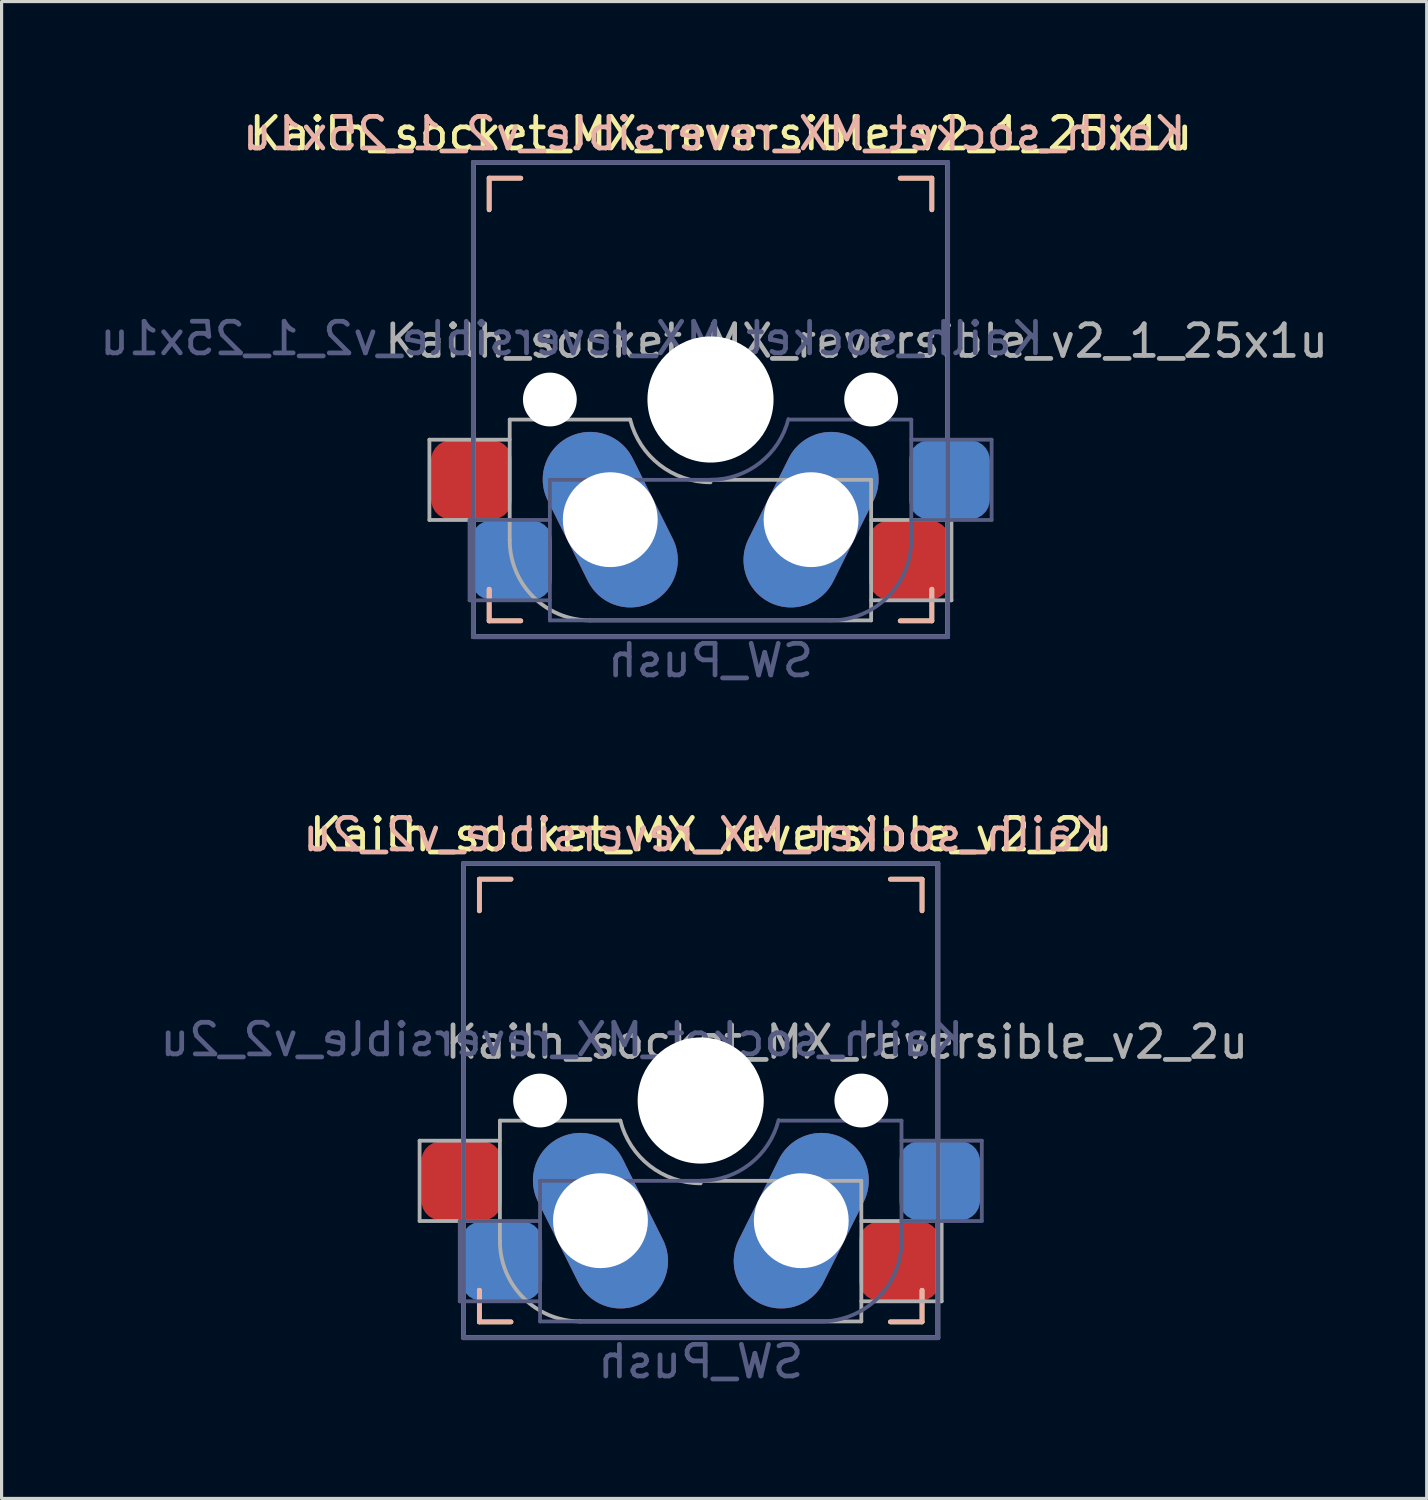
<source format=kicad_pcb>
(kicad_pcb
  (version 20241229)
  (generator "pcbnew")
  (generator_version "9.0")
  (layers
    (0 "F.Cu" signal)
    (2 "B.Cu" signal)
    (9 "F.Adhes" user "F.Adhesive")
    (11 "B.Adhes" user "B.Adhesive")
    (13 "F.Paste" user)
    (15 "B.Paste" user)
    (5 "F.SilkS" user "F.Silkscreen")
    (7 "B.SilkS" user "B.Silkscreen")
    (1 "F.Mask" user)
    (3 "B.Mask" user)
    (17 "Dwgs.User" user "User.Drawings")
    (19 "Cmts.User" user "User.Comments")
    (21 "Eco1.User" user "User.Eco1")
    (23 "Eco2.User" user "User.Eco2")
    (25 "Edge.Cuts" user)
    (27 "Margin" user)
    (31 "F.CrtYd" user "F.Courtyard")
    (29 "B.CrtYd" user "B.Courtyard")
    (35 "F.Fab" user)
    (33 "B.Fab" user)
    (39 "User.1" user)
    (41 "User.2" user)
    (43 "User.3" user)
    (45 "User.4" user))
  (footprint "Kailh_socket_MX_reversible_v2_1_25x1u"
    (layer "F.Cu")
    (at 19.42 9.585)
    (property "Reference" "Kailh_socket_MX_reversible_v2_1_25x1u" (at 0.33 -8.41 0) (layer "F.SilkS") (effects (font (size 1 1) (thickness 0.15))))
    (property "Value" "SW_Push" (at 0 8.255 0) (layer "F.Fab") (hide yes) (effects (font (size 1 1) (thickness 0.15))))
    (attr through_hole)
    (fp_line (start -7 -7) (end -6 -7) (stroke (width 0.15) (type solid)) (layer "F.SilkS"))
    (fp_line (start -7 -6) (end -7 -7) (stroke (width 0.15) (type solid)) (layer "F.SilkS"))
    (fp_line (start -7 7) (end -7 6) (stroke (width 0.15) (type solid)) (layer "F.SilkS"))
    (fp_line (start -6 7) (end -7 7) (stroke (width 0.15) (type solid)) (layer "F.SilkS"))
    (fp_line (start 6 -7) (end 7 -7) (stroke (width 0.15) (type solid)) (layer "F.SilkS"))
    (fp_line (start 7 -7) (end 7 -6) (stroke (width 0.15) (type solid)) (layer "F.SilkS"))
    (fp_line (start 7 6) (end 7 7) (stroke (width 0.15) (type solid)) (layer "F.SilkS"))
    (fp_line (start 7 7) (end 6 7) (stroke (width 0.15) (type solid)) (layer "F.SilkS"))
    (fp_line (start -7 -7) (end -6 -7) (stroke (width 0.15) (type solid)) (layer "B.SilkS"))
    (fp_line (start -7 -6) (end -7 -7) (stroke (width 0.15) (type solid)) (layer "B.SilkS"))
    (fp_line (start -7 7) (end -7 6) (stroke (width 0.15) (type solid)) (layer "B.SilkS"))
    (fp_line (start -6 7) (end -7 7) (stroke (width 0.15) (type solid)) (layer "B.SilkS"))
    (fp_line (start 6 -7) (end 7 -7) (stroke (width 0.15) (type solid)) (layer "B.SilkS"))
    (fp_line (start 7 -7) (end 7 -6) (stroke (width 0.15) (type solid)) (layer "B.SilkS"))
    (fp_line (start 7 6) (end 7 7) (stroke (width 0.15) (type solid)) (layer "B.SilkS"))
    (fp_line (start 7 7) (end 6 7) (stroke (width 0.15) (type solid)) (layer "B.SilkS"))
    (fp_line (start -7 7) (end -7 -7) (stroke (width 0.15) (type solid)) (layer "Eco1.User"))
    (fp_line (start -7 7) (end 7 7) (stroke (width 0.15) (type solid)) (layer "Eco1.User"))
    (fp_line (start 7 -7) (end -7 -7) (stroke (width 0.15) (type solid)) (layer "Eco1.User"))
    (fp_line (start 7 -7) (end 7 7) (stroke (width 0.15) (type solid)) (layer "Eco1.User"))
    (fp_line (start -11.906 -9.525) (end -11.906 9.525) (stroke (width 0.12) (type solid)) (layer "Eco2.User"))
    (fp_line (start -11.906 -9.525) (end 11.906 -9.525) (stroke (width 0.12) (type solid)) (layer "Eco2.User"))
    (fp_line (start -11.906 9.525) (end 11.906 9.525) (stroke (width 0.12) (type solid)) (layer "Eco2.User"))
    (fp_line (start -0.8 -5.85) (end 0.8 -5.85) (stroke (width 0.12) (type solid)) (layer "Eco2.User"))
    (fp_line (start -0.8 -4.25) (end -0.8 -5.85) (stroke (width 0.12) (type solid)) (layer "Eco2.User"))
    (fp_line (start 0.8 -5.85) (end 0.8 -4.25) (stroke (width 0.12) (type solid)) (layer "Eco2.User"))
    (fp_line (start 0.8 -4.25) (end -0.8 -4.25) (stroke (width 0.12) (type solid)) (layer "Eco2.User"))
    (fp_line (start 11.906 -9.525) (end 11.906 9.525) (stroke (width 0.12) (type solid)) (layer "Eco2.User"))
    (fp_line (start -7.62 3.81) (end -7.62 6.35) (stroke (width 0.12) (type solid)) (layer "B.Fab"))
    (fp_line (start -7.62 6.35) (end -5.08 6.35) (stroke (width 0.12) (type solid)) (layer "B.Fab"))
    (fp_line (start -7.5 -7.5) (end 7.5 -7.5) (stroke (width 0.15) (type solid)) (layer "B.Fab"))
    (fp_line (start -7.5 7.5) (end -7.5 -7.5) (stroke (width 0.15) (type solid)) (layer "B.Fab"))
    (fp_line (start -5.08 2.54) (end -5.08 6.985) (stroke (width 0.12) (type solid)) (layer "B.Fab"))
    (fp_line (start -5.08 3.81) (end -7.62 3.81) (stroke (width 0.12) (type solid)) (layer "B.Fab"))
    (fp_line (start -5.08 6.985) (end 3.81 6.985) (stroke (width 0.12) (type solid)) (layer "B.Fab"))
    (fp_line (start 0 2.54) (end -5.08 2.54) (stroke (width 0.12) (type solid)) (layer "B.Fab"))
    (fp_line (start 6.35 0.635) (end 2.54 0.635) (stroke (width 0.12) (type solid)) (layer "B.Fab"))
    (fp_line (start 6.35 3.81) (end 8.89 3.81) (stroke (width 0.12) (type solid)) (layer "B.Fab"))
    (fp_line (start 6.35 4.445) (end 6.35 0.635) (stroke (width 0.12) (type solid)) (layer "B.Fab"))
    (fp_line (start 7.5 -7.5) (end 7.5 7.5) (stroke (width 0.15) (type solid)) (layer "B.Fab"))
    (fp_line (start 7.5 7.5) (end -7.5 7.5) (stroke (width 0.15) (type solid)) (layer "B.Fab"))
    (fp_line (start 8.89 1.27) (end 6.35 1.27) (stroke (width 0.12) (type solid)) (layer "B.Fab"))
    (fp_line (start 8.89 3.81) (end 8.89 1.27) (stroke (width 0.12) (type solid)) (layer "B.Fab"))
    (fp_arc (start 2.464162 0.61604) (mid 1.563147 2.002042) (end 0 2.54) (stroke (width 0.12) (type solid)) (layer "B.Fab"))
    (fp_arc (start 6.35 4.445) (mid 5.606051 6.241051) (end 3.81 6.985) (stroke (width 0.12) (type solid)) (layer "B.Fab"))
    (fp_line (start -8.89 1.27) (end -8.89 3.81) (stroke (width 0.12) (type solid)) (layer "F.Fab"))
    (fp_line (start -8.89 3.81) (end -6.35 3.81) (stroke (width 0.12) (type solid)) (layer "F.Fab"))
    (fp_line (start -7.5 -7.5) (end 7.5 -7.5) (stroke (width 0.15) (type solid)) (layer "F.Fab"))
    (fp_line (start -7.5 7.5) (end -7.5 -7.5) (stroke (width 0.15) (type solid)) (layer "F.Fab"))
    (fp_line (start -6.35 0.635) (end -6.35 4.445) (stroke (width 0.12) (type solid)) (layer "F.Fab"))
    (fp_line (start -6.35 1.27) (end -8.89 1.27) (stroke (width 0.12) (type solid)) (layer "F.Fab"))
    (fp_line (start -3.81 6.985) (end 5.08 6.985) (stroke (width 0.12) (type solid)) (layer "F.Fab"))
    (fp_line (start -2.54 0.635) (end -6.35 0.635) (stroke (width 0.12) (type solid)) (layer "F.Fab"))
    (fp_line (start 5.08 2.54) (end 0 2.54) (stroke (width 0.12) (type solid)) (layer "F.Fab"))
    (fp_line (start 5.08 6.35) (end 7.62 6.35) (stroke (width 0.12) (type solid)) (layer "F.Fab"))
    (fp_line (start 5.08 6.985) (end 5.08 2.54) (stroke (width 0.12) (type solid)) (layer "F.Fab"))
    (fp_line (start 7.5 -7.5) (end 7.5 7.5) (stroke (width 0.15) (type solid)) (layer "F.Fab"))
    (fp_line (start 7.5 7.5) (end -7.5 7.5) (stroke (width 0.15) (type solid)) (layer "F.Fab"))
    (fp_line (start 7.62 3.81) (end 5.08 3.81) (stroke (width 0.12) (type solid)) (layer "F.Fab"))
    (fp_line (start 7.62 6.35) (end 7.62 3.81) (stroke (width 0.12) (type solid)) (layer "F.Fab"))
    (fp_arc (start -3.81 6.985) (mid -5.606051 6.241051) (end -6.35 4.445) (stroke (width 0.12) (type solid)) (layer "F.Fab"))
    (fp_arc (start -0.000001 2.618171) (mid -1.611255 2.063656) (end -2.539999 0.634999) (stroke (width 0.12) (type solid)) (layer "F.Fab"))
    (fp_text user "${REFERENCE}" (at 0.12 -8.41 180) (layer "B.SilkS") (effects (font (size 1 1) (thickness 0.15)) (justify mirror)))
    (fp_text user "${VALUE}" (at 0 8.255 0) (layer "B.Fab") (effects (font (size 1 1) (thickness 0.15)) (justify mirror)))
    (fp_text user "${REFERENCE}" (at -4.39 -1.93 180) (layer "B.Fab") (effects (font (size 1 1) (thickness 0.15)) (justify mirror)))
    (fp_text user "${REFERENCE}" (at 4.62 -1.85 0) (layer "F.Fab") (effects (font (size 1 1) (thickness 0.15))))
    (pad "" np_thru_hole circle (at -5.08 0) (size 1.702 1.702) (drill 1.702) (layers "*.Cu" "*.Mask"))
    (pad "" np_thru_hole oval (at -3.17 3.8 26.5) (size 3 5.85) (drill oval 3) (layers "*.Cu" "*.Mask"))
    (pad "" np_thru_hole circle (at 0 0) (size 3.988 3.988) (drill 3.988) (layers "*.Cu" "*.Mask"))
    (pad "" np_thru_hole oval (at 3.18 3.8 333.5) (size 3 5.85) (drill oval 3) (layers "*.Cu" "*.Mask"))
    (pad "" np_thru_hole circle (at 5.08 0) (size 1.702 1.702) (drill 1.702) (layers "*.Cu" "*.Mask"))
    (pad "1" smd roundrect (at -6.29 5.08) (size 2.55 2.5) (layers "B.Cu" "B.Mask" "B.Paste") (roundrect_rratio 0.25))
    (pad "1" smd roundrect (at 6.29 5.08) (size 2.55 2.5) (layers "F.Cu" "F.Mask" "F.Paste") (roundrect_rratio 0.25))
    (pad "2" smd roundrect (at -7.56 2.54) (size 2.55 2.5) (layers "F.Cu" "F.Mask" "F.Paste") (roundrect_rratio 0.25))
    (pad "2" smd roundrect (at 7.56 2.54) (size 2.55 2.5) (layers "B.Cu" "B.Mask" "B.Paste") (roundrect_rratio 0.25)))
  (footprint "Kailh_socket_MX_reversible_v2_2u"
    (layer "F.Cu")
    (at 19.11 31.755)
    (property "Reference" "Kailh_socket_MX_reversible_v2_2u" (at 0.33 -8.41 0) (layer "F.SilkS") (effects (font (size 1 1) (thickness 0.15))))
    (property "Value" "SW_Push" (at 0 8.255 0) (layer "F.Fab") (hide yes) (effects (font (size 1 1) (thickness 0.15))))
    (attr through_hole)
    (fp_line (start -7 -7) (end -6 -7) (stroke (width 0.15) (type solid)) (layer "F.SilkS"))
    (fp_line (start -7 -6) (end -7 -7) (stroke (width 0.15) (type solid)) (layer "F.SilkS"))
    (fp_line (start -7 7) (end -7 6) (stroke (width 0.15) (type solid)) (layer "F.SilkS"))
    (fp_line (start -6 7) (end -7 7) (stroke (width 0.15) (type solid)) (layer "F.SilkS"))
    (fp_line (start 6 -7) (end 7 -7) (stroke (width 0.15) (type solid)) (layer "F.SilkS"))
    (fp_line (start 7 -7) (end 7 -6) (stroke (width 0.15) (type solid)) (layer "F.SilkS"))
    (fp_line (start 7 6) (end 7 7) (stroke (width 0.15) (type solid)) (layer "F.SilkS"))
    (fp_line (start 7 7) (end 6 7) (stroke (width 0.15) (type solid)) (layer "F.SilkS"))
    (fp_line (start -7 -7) (end -6 -7) (stroke (width 0.15) (type solid)) (layer "B.SilkS"))
    (fp_line (start -7 -6) (end -7 -7) (stroke (width 0.15) (type solid)) (layer "B.SilkS"))
    (fp_line (start -7 7) (end -7 6) (stroke (width 0.15) (type solid)) (layer "B.SilkS"))
    (fp_line (start -6 7) (end -7 7) (stroke (width 0.15) (type solid)) (layer "B.SilkS"))
    (fp_line (start 6 -7) (end 7 -7) (stroke (width 0.15) (type solid)) (layer "B.SilkS"))
    (fp_line (start 7 -7) (end 7 -6) (stroke (width 0.15) (type solid)) (layer "B.SilkS"))
    (fp_line (start 7 6) (end 7 7) (stroke (width 0.15) (type solid)) (layer "B.SilkS"))
    (fp_line (start 7 7) (end 6 7) (stroke (width 0.15) (type solid)) (layer "B.SilkS"))
    (fp_line (start -7 7) (end -7 -7) (stroke (width 0.15) (type solid)) (layer "Eco1.User"))
    (fp_line (start -7 7) (end 7 7) (stroke (width 0.15) (type solid)) (layer "Eco1.User"))
    (fp_line (start 7 -7) (end -7 -7) (stroke (width 0.15) (type solid)) (layer "Eco1.User"))
    (fp_line (start 7 -7) (end 7 7) (stroke (width 0.15) (type solid)) (layer "Eco1.User"))
    (fp_line (start -19.05 -9.525) (end -9.525 -9.525) (stroke (width 0.12) (type solid)) (layer "Eco2.User"))
    (fp_line (start -19.05 9.525) (end -19.05 -9.525) (stroke (width 0.12) (type solid)) (layer "Eco2.User"))
    (fp_line (start -9.525 -9.525) (end 9.525 -9.525) (stroke (width 0.12) (type solid)) (layer "Eco2.User"))
    (fp_line (start -9.525 9.525) (end -19.05 9.525) (stroke (width 0.12) (type solid)) (layer "Eco2.User"))
    (fp_line (start -9.525 9.525) (end -9.525 -9.525) (stroke (width 0.12) (type solid)) (layer "Eco2.User"))
    (fp_line (start -0.8 -5.85) (end 0.8 -5.85) (stroke (width 0.12) (type solid)) (layer "Eco2.User"))
    (fp_line (start -0.8 -4.25) (end -0.8 -5.85) (stroke (width 0.12) (type solid)) (layer "Eco2.User"))
    (fp_line (start 0.8 -5.85) (end 0.8 -4.25) (stroke (width 0.12) (type solid)) (layer "Eco2.User"))
    (fp_line (start 0.8 -4.25) (end -0.8 -4.25) (stroke (width 0.12) (type solid)) (layer "Eco2.User"))
    (fp_line (start 9.525 -9.525) (end 9.525 9.525) (stroke (width 0.12) (type solid)) (layer "Eco2.User"))
    (fp_line (start 9.525 -9.525) (end 19.05 -9.525) (stroke (width 0.12) (type solid)) (layer "Eco2.User"))
    (fp_line (start 9.525 9.525) (end -9.525 9.525) (stroke (width 0.12) (type solid)) (layer "Eco2.User"))
    (fp_line (start 19.05 9.525) (end 9.525 9.525) (stroke (width 0.12) (type solid)) (layer "Eco2.User"))
    (fp_line (start 19.05 9.525) (end 19.05 -9.525) (stroke (width 0.12) (type solid)) (layer "Eco2.User"))
    (fp_line (start -7.62 3.81) (end -7.62 6.35) (stroke (width 0.12) (type solid)) (layer "B.Fab"))
    (fp_line (start -7.62 6.35) (end -5.08 6.35) (stroke (width 0.12) (type solid)) (layer "B.Fab"))
    (fp_line (start -7.5 -7.5) (end 7.5 -7.5) (stroke (width 0.15) (type solid)) (layer "B.Fab"))
    (fp_line (start -7.5 7.5) (end -7.5 -7.5) (stroke (width 0.15) (type solid)) (layer "B.Fab"))
    (fp_line (start -5.08 2.54) (end -5.08 6.985) (stroke (width 0.12) (type solid)) (layer "B.Fab"))
    (fp_line (start -5.08 3.81) (end -7.62 3.81) (stroke (width 0.12) (type solid)) (layer "B.Fab"))
    (fp_line (start -5.08 6.985) (end 3.81 6.985) (stroke (width 0.12) (type solid)) (layer "B.Fab"))
    (fp_line (start 0 2.54) (end -5.08 2.54) (stroke (width 0.12) (type solid)) (layer "B.Fab"))
    (fp_line (start 6.35 0.635) (end 2.54 0.635) (stroke (width 0.12) (type solid)) (layer "B.Fab"))
    (fp_line (start 6.35 3.81) (end 8.89 3.81) (stroke (width 0.12) (type solid)) (layer "B.Fab"))
    (fp_line (start 6.35 4.445) (end 6.35 0.635) (stroke (width 0.12) (type solid)) (layer "B.Fab"))
    (fp_line (start 7.5 -7.5) (end 7.5 7.5) (stroke (width 0.15) (type solid)) (layer "B.Fab"))
    (fp_line (start 7.5 7.5) (end -7.5 7.5) (stroke (width 0.15) (type solid)) (layer "B.Fab"))
    (fp_line (start 8.89 1.27) (end 6.35 1.27) (stroke (width 0.12) (type solid)) (layer "B.Fab"))
    (fp_line (start 8.89 3.81) (end 8.89 1.27) (stroke (width 0.12) (type solid)) (layer "B.Fab"))
    (fp_arc (start 2.464162 0.61604) (mid 1.563147 2.002042) (end 0 2.54) (stroke (width 0.12) (type solid)) (layer "B.Fab"))
    (fp_arc (start 6.35 4.445) (mid 5.606051 6.241051) (end 3.81 6.985) (stroke (width 0.12) (type solid)) (layer "B.Fab"))
    (fp_line (start -8.89 1.27) (end -8.89 3.81) (stroke (width 0.12) (type solid)) (layer "F.Fab"))
    (fp_line (start -8.89 3.81) (end -6.35 3.81) (stroke (width 0.12) (type solid)) (layer "F.Fab"))
    (fp_line (start -7.5 -7.5) (end 7.5 -7.5) (stroke (width 0.15) (type solid)) (layer "F.Fab"))
    (fp_line (start -7.5 7.5) (end -7.5 -7.5) (stroke (width 0.15) (type solid)) (layer "F.Fab"))
    (fp_line (start -6.35 0.635) (end -6.35 4.445) (stroke (width 0.12) (type solid)) (layer "F.Fab"))
    (fp_line (start -6.35 1.27) (end -8.89 1.27) (stroke (width 0.12) (type solid)) (layer "F.Fab"))
    (fp_line (start -3.81 6.985) (end 5.08 6.985) (stroke (width 0.12) (type solid)) (layer "F.Fab"))
    (fp_line (start -2.54 0.635) (end -6.35 0.635) (stroke (width 0.12) (type solid)) (layer "F.Fab"))
    (fp_line (start 5.08 2.54) (end 0 2.54) (stroke (width 0.12) (type solid)) (layer "F.Fab"))
    (fp_line (start 5.08 6.35) (end 7.62 6.35) (stroke (width 0.12) (type solid)) (layer "F.Fab"))
    (fp_line (start 5.08 6.985) (end 5.08 2.54) (stroke (width 0.12) (type solid)) (layer "F.Fab"))
    (fp_line (start 7.5 -7.5) (end 7.5 7.5) (stroke (width 0.15) (type solid)) (layer "F.Fab"))
    (fp_line (start 7.5 7.5) (end -7.5 7.5) (stroke (width 0.15) (type solid)) (layer "F.Fab"))
    (fp_line (start 7.62 3.81) (end 5.08 3.81) (stroke (width 0.12) (type solid)) (layer "F.Fab"))
    (fp_line (start 7.62 6.35) (end 7.62 3.81) (stroke (width 0.12) (type solid)) (layer "F.Fab"))
    (fp_arc (start -3.81 6.985) (mid -5.606051 6.241051) (end -6.35 4.445) (stroke (width 0.12) (type solid)) (layer "F.Fab"))
    (fp_arc (start -0.000001 2.618171) (mid -1.611255 2.063656) (end -2.539999 0.634999) (stroke (width 0.12) (type solid)) (layer "F.Fab"))
    (fp_text user "${REFERENCE}" (at 0.12 -8.41 180) (layer "B.SilkS") (effects (font (size 1 1) (thickness 0.15)) (justify mirror)))
    (fp_text user "${REFERENCE}" (at -4.39 -1.93 180) (layer "B.Fab") (effects (font (size 1 1) (thickness 0.15)) (justify mirror)))
    (fp_text user "${VALUE}" (at 0 8.255 0) (layer "B.Fab") (effects (font (size 1 1) (thickness 0.15)) (justify mirror)))
    (fp_text user "${REFERENCE}" (at 4.62 -1.85 0) (layer "F.Fab") (effects (font (size 1 1) (thickness 0.15))))
    (pad "" np_thru_hole circle (at -5.08 0) (size 1.702 1.702) (drill 1.702) (layers "*.Cu" "*.Mask"))
    (pad "" np_thru_hole oval (at -3.17 3.8 26.5) (size 3 5.85) (drill oval 3) (layers "*.Cu" "*.Mask"))
    (pad "" np_thru_hole circle (at 0 0) (size 3.988 3.988) (drill 3.988) (layers "*.Cu" "*.Mask"))
    (pad "" np_thru_hole oval (at 3.18 3.8 333.5) (size 3 5.85) (drill oval 3) (layers "*.Cu" "*.Mask"))
    (pad "" np_thru_hole circle (at 5.08 0) (size 1.702 1.702) (drill 1.702) (layers "*.Cu" "*.Mask"))
    (pad "1" smd roundrect (at -6.29 5.08) (size 2.55 2.5) (layers "B.Cu" "B.Mask" "B.Paste") (roundrect_rratio 0.25))
    (pad "1" smd roundrect (at 6.29 5.08) (size 2.55 2.5) (layers "F.Cu" "F.Mask" "F.Paste") (roundrect_rratio 0.25))
    (pad "2" smd roundrect (at -7.56 2.54) (size 2.55 2.5) (layers "F.Cu" "F.Mask" "F.Paste") (roundrect_rratio 0.25))
    (pad "2" smd roundrect (at 7.56 2.54) (size 2.55 2.5) (layers "B.Cu" "B.Mask" "B.Paste") (roundrect_rratio 0.25)))
  (gr_rect
    (start -3 -3)
    (end 42.07 44.34)
    (stroke (width 0.1) (type default))
    (fill no)
    (layer "Edge.Cuts")))
</source>
